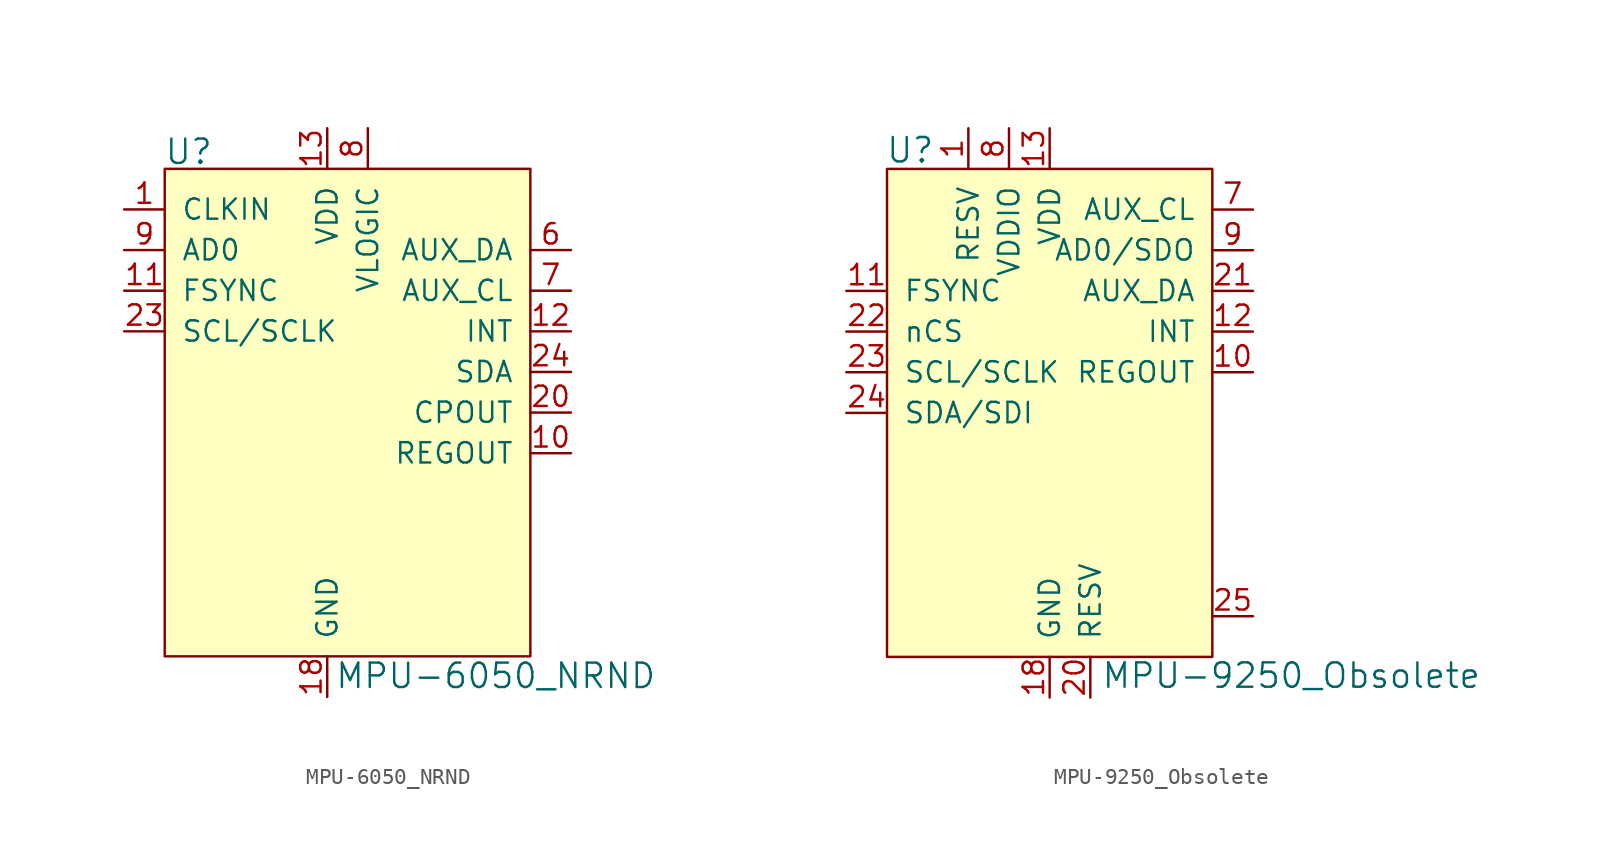
<source format=kicad_sym>
(kicad_symbol_lib
  (version 20220914)
  (generator kicad_symbol_editor)
  (symbol "MPU-6050_NRND"
    (pin_names
      (offset 1.016))
    (property "Reference" "U"
      (at -10.211 16.307 0)
      (effects (font (size 1.524 1.524)) (justify left)))
    (property "Value" "MPU-6050_NRND"
      (at 0.457 -16.459 0)
      (effects (font (size 1.524 1.524)) (justify left)))
    (symbol "MPU-6050_NRND_1_0"
      (pin input line (at -12.7 12.7 0) (length 2.54) (name "CLKIN" (effects (font (size 1.27 1.27)))) (number "1" (effects (font (size 1.27 1.27)))))
      (pin unspecified line (at 15.24 -2.54 180) (length 2.54) (name "REGOUT" (effects (font (size 1.27 1.27)))) (number "10" (effects (font (size 1.27 1.27)))))
      (pin input line (at -12.7 7.62 0) (length 2.54) (name "FSYNC" (effects (font (size 1.27 1.27)))) (number "11" (effects (font (size 1.27 1.27)))))
      (pin output line (at 15.24 5.08 180) (length 2.54) (name "INT" (effects (font (size 1.27 1.27)))) (number "12" (effects (font (size 1.27 1.27)))))
      (pin power_in line (at 0 17.78 270) (length 2.54) (name "VDD" (effects (font (size 1.27 1.27)))) (number "13" (effects (font (size 1.27 1.27)))))
      (pin no_connect line (at 12.7 -10.16 180) (length 2.54) hide (name "NC" (effects (font (size 1.27 1.27)))) (number "14" (effects (font (size 1.27 1.27)))))
      (pin no_connect line (at 12.7 -12.7 180) (length 2.54) hide (name "NC" (effects (font (size 1.27 1.27)))) (number "15" (effects (font (size 1.27 1.27)))))
      (pin no_connect line (at 12.7 -7.62 180) (length 2.54) hide (name "NC" (effects (font (size 1.27 1.27)))) (number "16" (effects (font (size 1.27 1.27)))))
      (pin no_connect line (at 12.7 -5.08 180) (length 2.54) hide (name "NC" (effects (font (size 1.27 1.27)))) (number "17" (effects (font (size 1.27 1.27)))))
      (pin power_in line (at 0 -17.78 90) (length 2.54) (name "GND" (effects (font (size 1.27 1.27)))) (number "18" (effects (font (size 1.27 1.27)))))
      (pin no_connect line (at -10.16 2.54 0) (length 2.54) hide (name "RESV" (effects (font (size 1.27 1.27)))) (number "19" (effects (font (size 1.27 1.27)))))
      (pin no_connect line (at -10.16 -12.7 0) (length 2.54) hide (name "NC" (effects (font (size 1.27 1.27)))) (number "2" (effects (font (size 1.27 1.27)))))
      (pin unspecified line (at 15.24 0 180) (length 2.54) (name "CPOUT" (effects (font (size 1.27 1.27)))) (number "20" (effects (font (size 1.27 1.27)))))
      (pin no_connect line (at -10.16 0 0) (length 2.54) hide (name "RESV" (effects (font (size 1.27 1.27)))) (number "21" (effects (font (size 1.27 1.27)))))
      (pin no_connect line (at -10.16 -2.54 0) (length 2.54) hide (name "RESV" (effects (font (size 1.27 1.27)))) (number "22" (effects (font (size 1.27 1.27)))))
      (pin input line (at -12.7 5.08 0) (length 2.54) (name "SCL/SCLK" (effects (font (size 1.27 1.27)))) (number "23" (effects (font (size 1.27 1.27)))))
      (pin bidirectional line (at 15.24 2.54 180) (length 2.54) (name "SDA" (effects (font (size 1.27 1.27)))) (number "24" (effects (font (size 1.27 1.27)))))
      (pin no_connect line (at -10.16 -10.16 0) (length 2.54) hide (name "NC" (effects (font (size 1.27 1.27)))) (number "3" (effects (font (size 1.27 1.27)))))
      (pin no_connect line (at -10.16 -7.62 0) (length 2.54) hide (name "NC" (effects (font (size 1.27 1.27)))) (number "4" (effects (font (size 1.27 1.27)))))
      (pin no_connect line (at -10.16 -5.08 0) (length 2.54) hide (name "NC" (effects (font (size 1.27 1.27)))) (number "5" (effects (font (size 1.27 1.27)))))
      (pin bidirectional line (at 15.24 10.16 180) (length 2.54) (name "AUX_DA" (effects (font (size 1.27 1.27)))) (number "6" (effects (font (size 1.27 1.27)))))
      (pin output line (at 15.24 7.62 180) (length 2.54) (name "AUX_CL" (effects (font (size 1.27 1.27)))) (number "7" (effects (font (size 1.27 1.27)))))
      (pin power_in line (at 2.54 17.78 270) (length 2.54) (name "VLOGIC" (effects (font (size 1.27 1.27)))) (number "8" (effects (font (size 1.27 1.27)))))
      (pin input line (at -12.7 10.16 0) (length 2.54) (name "AD0" (effects (font (size 1.27 1.27)))) (number "9" (effects (font (size 1.27 1.27))))))
    (symbol "MPU-6050_NRND_1_1"
      (rectangle (start -10.16 15.24) (end 12.7 -15.24) (stroke (width 0) (type solid)) (fill (type background)))))
  (symbol "MPU-9250_Obsolete"
    (pin_names
      (offset 1.016))
    (property "Reference" "U"
      (at -17.882 11.328 0)
      (effects (font (size 1.524 1.524)) (justify left)))
    (property "Value" "MPU-9250_Obsolete"
      (at -4.42 -21.488 0)
      (effects (font (size 1.524 1.524)) (justify left)))
    (symbol "MPU-9250_Obsolete_0_1"
      (rectangle (start -17.78 10.16) (end 2.54 -20.32) (stroke (width 0) (type solid)) (fill (type background))))
    (symbol "MPU-9250_Obsolete_1_0"
      (pin unspecified line (at 5.08 -2.54 180) (length 2.54) (name "REGOUT" (effects (font (size 1.27 1.27)))) (number "10" (effects (font (size 1.27 1.27)))))
      (pin input line (at -20.32 2.54 0) (length 2.54) (name "FSYNC" (effects (font (size 1.27 1.27)))) (number "11" (effects (font (size 1.27 1.27)))))
      (pin output line (at 5.08 0 180) (length 2.54) (name "INT" (effects (font (size 1.27 1.27)))) (number "12" (effects (font (size 1.27 1.27)))))
      (pin power_in line (at -7.62 12.7 270) (length 2.54) (name "VDD" (effects (font (size 1.27 1.27)))) (number "13" (effects (font (size 1.27 1.27)))))
      (pin no_connect line (at 2.54 -7.62 180) (length 2.54) hide (name "NC" (effects (font (size 1.27 1.27)))) (number "14" (effects (font (size 1.27 1.27)))))
      (pin no_connect line (at 2.54 -10.16 180) (length 2.54) hide (name "NC" (effects (font (size 1.27 1.27)))) (number "15" (effects (font (size 1.27 1.27)))))
      (pin no_connect line (at 2.54 -12.7 180) (length 2.54) hide (name "NC" (effects (font (size 1.27 1.27)))) (number "16" (effects (font (size 1.27 1.27)))))
      (pin no_connect line (at 2.54 -15.24 180) (length 2.54) hide (name "NC" (effects (font (size 1.27 1.27)))) (number "17" (effects (font (size 1.27 1.27)))))
      (pin power_in line (at -7.62 -22.86 90) (length 2.54) (name "GND" (effects (font (size 1.27 1.27)))) (number "18" (effects (font (size 1.27 1.27)))))
      (pin no_connect line (at 2.54 -5.08 180) (length 2.54) hide (name "RESV" (effects (font (size 1.27 1.27)))) (number "19" (effects (font (size 1.27 1.27)))))
      (pin no_connect line (at -17.78 -7.62 0) (length 2.54) hide (name "NC" (effects (font (size 1.27 1.27)))) (number "2" (effects (font (size 1.27 1.27)))))
      (pin power_in line (at -5.08 -22.86 90) (length 2.54) (name "RESV" (effects (font (size 1.27 1.27)))) (number "20" (effects (font (size 1.27 1.27)))))
      (pin bidirectional line (at 5.08 2.54 180) (length 2.54) (name "AUX_DA" (effects (font (size 1.27 1.27)))) (number "21" (effects (font (size 1.27 1.27)))))
      (pin input line (at -20.32 0 0) (length 2.54) (name "nCS" (effects (font (size 1.27 1.27)))) (number "22" (effects (font (size 1.27 1.27)))))
      (pin input line (at -20.32 -2.54 0) (length 2.54) (name "SCL/SCLK" (effects (font (size 1.27 1.27)))) (number "23" (effects (font (size 1.27 1.27)))))
      (pin input line (at -20.32 -5.08 0) (length 2.54) (name "SDA/SDI" (effects (font (size 1.27 1.27)))) (number "24" (effects (font (size 1.27 1.27)))))
      (pin unspecified line (at 5.08 -17.78 180) (length 2.54) (name "~" (effects (font (size 1.27 1.27)))) (number "25" (effects (font (size 1.27 1.27)))))
      (pin no_connect line (at -17.78 -10.16 0) (length 2.54) hide (name "NC" (effects (font (size 1.27 1.27)))) (number "3" (effects (font (size 1.27 1.27)))))
      (pin no_connect line (at -17.78 -12.7 0) (length 2.54) hide (name "NC" (effects (font (size 1.27 1.27)))) (number "4" (effects (font (size 1.27 1.27)))))
      (pin no_connect line (at -17.78 -15.24 0) (length 2.54) hide (name "NC" (effects (font (size 1.27 1.27)))) (number "5" (effects (font (size 1.27 1.27)))))
      (pin no_connect line (at -17.78 -17.78 0) (length 2.54) hide (name "NC" (effects (font (size 1.27 1.27)))) (number "6" (effects (font (size 1.27 1.27)))))
      (pin power_in line (at -10.16 12.7 270) (length 2.54) (name "VDDIO" (effects (font (size 1.27 1.27)))) (number "8" (effects (font (size 1.27 1.27)))))
      (pin output line (at 5.08 5.08 180) (length 2.54) (name "AD0/SDO" (effects (font (size 1.27 1.27)))) (number "9" (effects (font (size 1.27 1.27))))))
    (symbol "MPU-9250_Obsolete_1_1"
      (pin power_in line (at -12.7 12.7 270) (length 2.54) (name "RESV" (effects (font (size 1.27 1.27)))) (number "1" (effects (font (size 1.27 1.27)))))
      (pin output line (at 5.08 7.62 180) (length 2.54) (name "AUX_CL" (effects (font (size 1.27 1.27)))) (number "7" (effects (font (size 1.27 1.27))))))))
</source>
